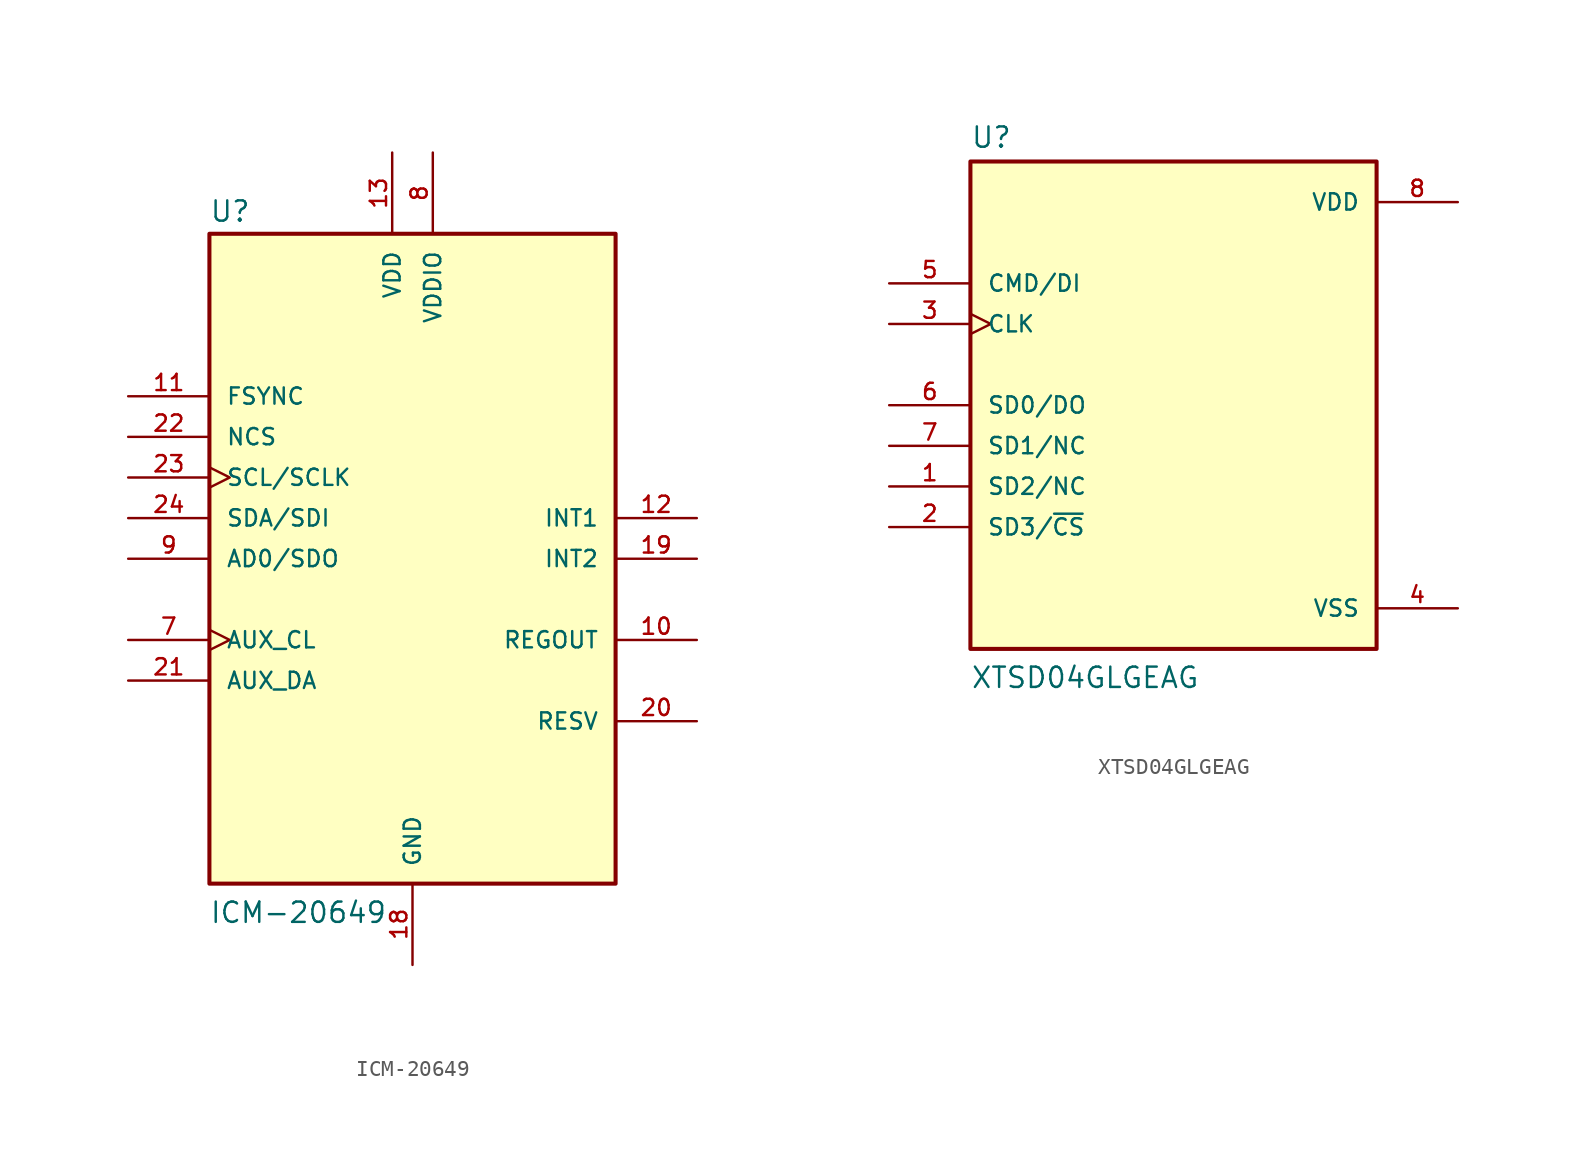
<source format=kicad_sym>
(kicad_symbol_lib
  (version 20220914)
  (generator kicad_symbol_editor)
  (symbol "ICM-20649"
    (pin_names
      (offset 1.016))
    (property "Reference" "U"
      (at -12.714 20.978 0)
      (effects (font (size 1.27 1.27)) (justify left bottom)))
    (property "Value" "ICM-20649"
      (at -12.707 -22.872 0)
      (effects (font (size 1.27 1.27)) (justify left bottom)))
    (symbol "ICM-20649_0_0"
      (rectangle (start -12.7 20.32) (end 12.7 -20.32) (stroke (width 0.254) (type default)) (fill (type background)))
      (pin passive line (at 17.78 -5.08 180) (length 5.08) (name "REGOUT" (effects (font (size 1.016 1.016)))) (number "10" (effects (font (size 1.016 1.016)))))
      (pin input line (at -17.78 10.16 0) (length 5.08) (name "FSYNC" (effects (font (size 1.016 1.016)))) (number "11" (effects (font (size 1.016 1.016)))))
      (pin output line (at 17.78 2.54 180) (length 5.08) (name "INT1" (effects (font (size 1.016 1.016)))) (number "12" (effects (font (size 1.016 1.016)))))
      (pin power_in line (at -1.27 25.4 270) (length 5.08) (name "VDD" (effects (font (size 1.016 1.016)))) (number "13" (effects (font (size 1.016 1.016)))))
      (pin power_in line (at 0 -25.4 90) (length 5.08) (name "GND" (effects (font (size 1.016 1.016)))) (number "18" (effects (font (size 1.016 1.016)))))
      (pin output line (at 17.78 0 180) (length 5.08) (name "INT2" (effects (font (size 1.016 1.016)))) (number "19" (effects (font (size 1.016 1.016)))))
      (pin passive line (at 17.78 -10.16 180) (length 5.08) (name "RESV" (effects (font (size 1.016 1.016)))) (number "20" (effects (font (size 1.016 1.016)))))
      (pin bidirectional line (at -17.78 -7.62 0) (length 5.08) (name "AUX_DA" (effects (font (size 1.016 1.016)))) (number "21" (effects (font (size 1.016 1.016)))))
      (pin input line (at -17.78 7.62 0) (length 5.08) (name "NCS" (effects (font (size 1.016 1.016)))) (number "22" (effects (font (size 1.016 1.016)))))
      (pin input clock (at -17.78 5.08 0) (length 5.08) (name "SCL/SCLK" (effects (font (size 1.016 1.016)))) (number "23" (effects (font (size 1.016 1.016)))))
      (pin input line (at -17.78 2.54 0) (length 5.08) (name "SDA/SDI" (effects (font (size 1.016 1.016)))) (number "24" (effects (font (size 1.016 1.016)))))
      (pin bidirectional clock (at -17.78 -5.08 0) (length 5.08) (name "AUX_CL" (effects (font (size 1.016 1.016)))) (number "7" (effects (font (size 1.016 1.016)))))
      (pin power_in line (at 1.27 25.4 270) (length 5.08) (name "VDDIO" (effects (font (size 1.016 1.016)))) (number "8" (effects (font (size 1.016 1.016)))))
      (pin output line (at -17.78 0 0) (length 5.08) (name "AD0/SDO" (effects (font (size 1.016 1.016)))) (number "9" (effects (font (size 1.016 1.016)))))))
  (symbol "XTSD04GLGEAG"
    (pin_names
      (offset 1.016))
    (property "Reference" "U"
      (at -12.7 16.002 0)
      (effects (font (size 1.27 1.27)) (justify left bottom)))
    (property "Value" "XTSD04GLGEAG"
      (at -12.7 -17.78 0)
      (effects (font (size 1.27 1.27)) (justify left bottom)))
    (symbol "XTSD04GLGEAG_0_0"
      (rectangle (start -12.7 -15.24) (end 12.7 15.24) (stroke (width 0.254) (type default)) (fill (type background)))
      (pin bidirectional line (at -17.78 -5.08 0) (length 5.08) (name "SD2/NC" (effects (font (size 1.016 1.016)))) (number "1" (effects (font (size 1.016 1.016)))))
      (pin bidirectional line (at -17.78 -7.62 0) (length 5.08) (name "SD3/~{CS}" (effects (font (size 1.016 1.016)))) (number "2" (effects (font (size 1.016 1.016)))))
      (pin input clock (at -17.78 5.08 0) (length 5.08) (name "CLK" (effects (font (size 1.016 1.016)))) (number "3" (effects (font (size 1.016 1.016)))))
      (pin power_in line (at 17.78 -12.7 180) (length 5.08) (name "VSS" (effects (font (size 1.016 1.016)))) (number "4" (effects (font (size 1.016 1.016)))))
      (pin input line (at -17.78 7.62 0) (length 5.08) (name "CMD/DI" (effects (font (size 1.016 1.016)))) (number "5" (effects (font (size 1.016 1.016)))))
      (pin bidirectional line (at -17.78 0 0) (length 5.08) (name "SD0/DO" (effects (font (size 1.016 1.016)))) (number "6" (effects (font (size 1.016 1.016)))))
      (pin bidirectional line (at -17.78 -2.54 0) (length 5.08) (name "SD1/NC" (effects (font (size 1.016 1.016)))) (number "7" (effects (font (size 1.016 1.016)))))
      (pin power_in line (at 17.78 12.7 180) (length 5.08) (name "VDD" (effects (font (size 1.016 1.016)))) (number "8" (effects (font (size 1.016 1.016))))))))
</source>
